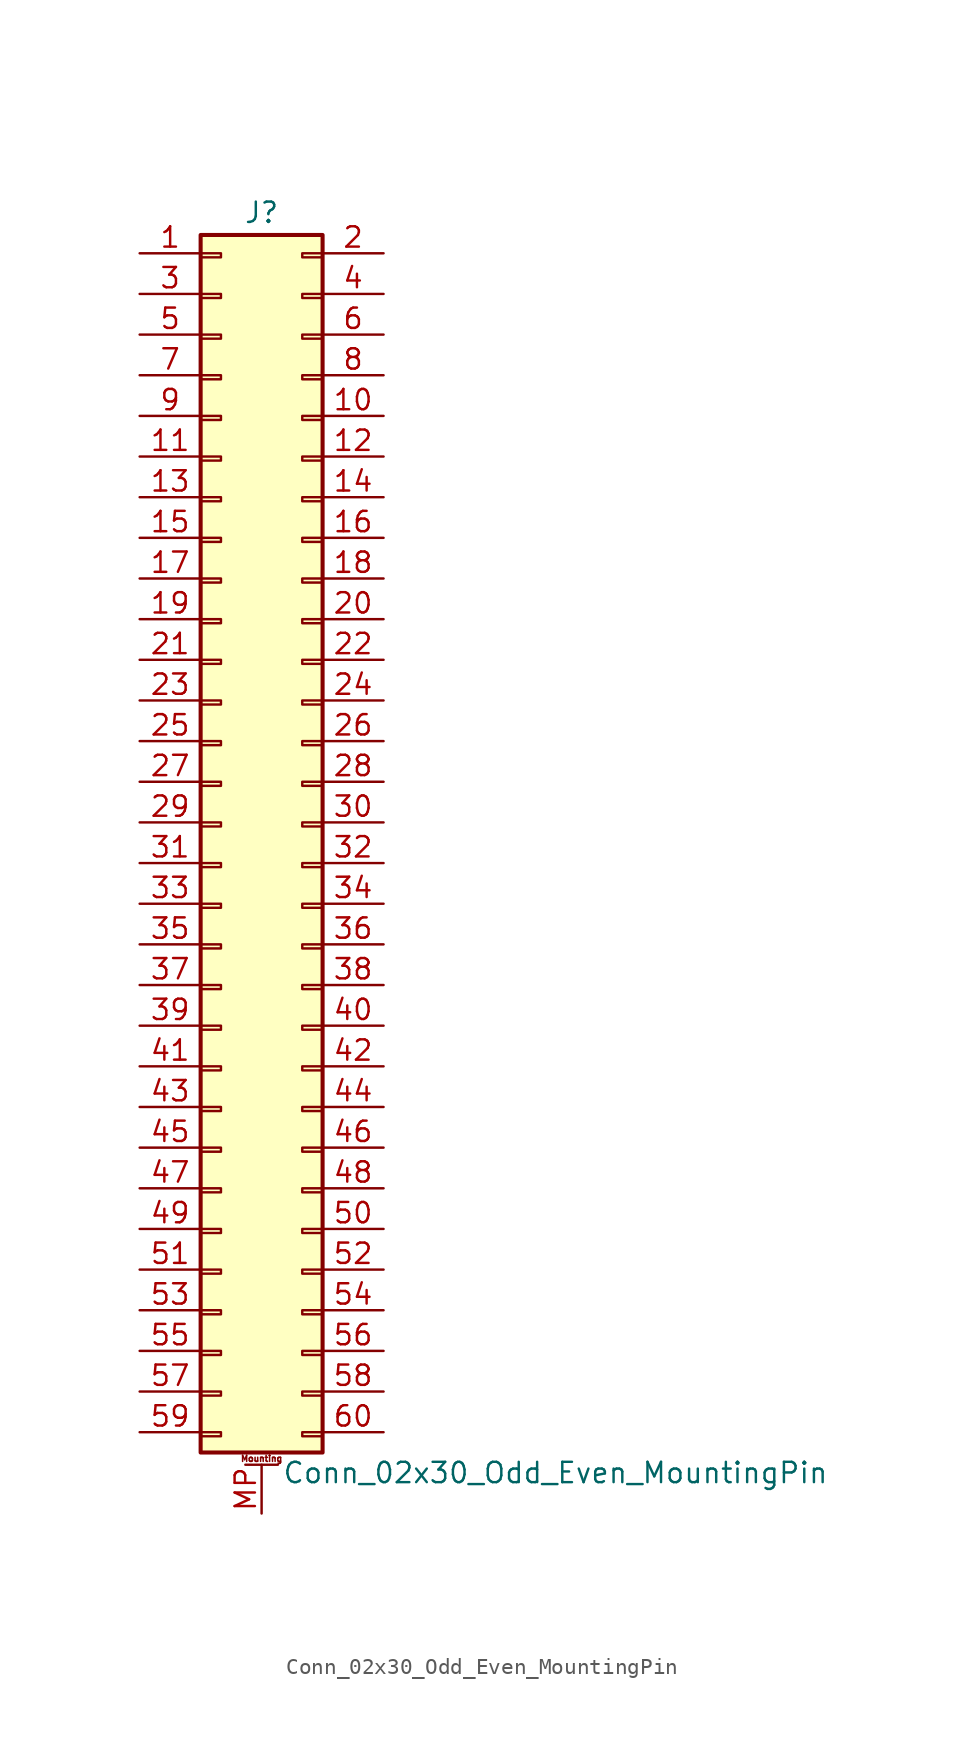
<source format=kicad_sym>
(kicad_symbol_lib
  (version 20220914)
  (generator kicad_symbol_editor)
  (symbol "Conn_02x30_Odd_Even_MountingPin"
    (pin_names
      (offset 1.016) hide)
    (property "Reference" "J"
      (at 0 38.1 0)
      (effects (font (size 1.27 1.27))))
    (property "Value" "Conn_02x30_Odd_Even_MountingPin"
      (at 1.27 -40.64 0)
      (effects (font (size 1.27 1.27)) (justify left)))
    (symbol "Conn_02x30_Odd_Even_MountingPin_1_1"
      (rectangle (start -3.81 -38.1) (end -2.54 -38.354) (stroke (width 0.152) (type default)) (fill (type none)))
      (rectangle (start -3.81 -35.56) (end -2.54 -35.814) (stroke (width 0.152) (type default)) (fill (type none)))
      (rectangle (start -3.81 -33.02) (end -2.54 -33.274) (stroke (width 0.152) (type default)) (fill (type none)))
      (rectangle (start -3.81 -30.48) (end -2.54 -30.734) (stroke (width 0.152) (type default)) (fill (type none)))
      (rectangle (start -3.81 -27.94) (end -2.54 -28.194) (stroke (width 0.152) (type default)) (fill (type none)))
      (rectangle (start -3.81 -25.4) (end -2.54 -25.654) (stroke (width 0.152) (type default)) (fill (type none)))
      (rectangle (start -3.81 -22.86) (end -2.54 -23.114) (stroke (width 0.152) (type default)) (fill (type none)))
      (rectangle (start -3.81 -20.32) (end -2.54 -20.574) (stroke (width 0.152) (type default)) (fill (type none)))
      (rectangle (start -3.81 -17.78) (end -2.54 -18.034) (stroke (width 0.152) (type default)) (fill (type none)))
      (rectangle (start -3.81 -15.24) (end -2.54 -15.494) (stroke (width 0.152) (type default)) (fill (type none)))
      (rectangle (start -3.81 -12.7) (end -2.54 -12.954) (stroke (width 0.152) (type default)) (fill (type none)))
      (rectangle (start -3.81 -10.16) (end -2.54 -10.414) (stroke (width 0.152) (type default)) (fill (type none)))
      (rectangle (start -3.81 -7.62) (end -2.54 -7.874) (stroke (width 0.152) (type default)) (fill (type none)))
      (rectangle (start -3.81 -5.08) (end -2.54 -5.334) (stroke (width 0.152) (type default)) (fill (type none)))
      (rectangle (start -3.81 -2.54) (end -2.54 -2.794) (stroke (width 0.152) (type default)) (fill (type none)))
      (rectangle (start -3.81 0) (end -2.54 -0.254) (stroke (width 0.152) (type default)) (fill (type none)))
      (rectangle (start -3.81 2.54) (end -2.54 2.286) (stroke (width 0.152) (type default)) (fill (type none)))
      (rectangle (start -3.81 5.08) (end -2.54 4.826) (stroke (width 0.152) (type default)) (fill (type none)))
      (rectangle (start -3.81 7.62) (end -2.54 7.366) (stroke (width 0.152) (type default)) (fill (type none)))
      (rectangle (start -3.81 10.16) (end -2.54 9.906) (stroke (width 0.152) (type default)) (fill (type none)))
      (rectangle (start -3.81 12.7) (end -2.54 12.446) (stroke (width 0.152) (type default)) (fill (type none)))
      (rectangle (start -3.81 15.24) (end -2.54 14.986) (stroke (width 0.152) (type default)) (fill (type none)))
      (rectangle (start -3.81 17.78) (end -2.54 17.526) (stroke (width 0.152) (type default)) (fill (type none)))
      (rectangle (start -3.81 20.32) (end -2.54 20.066) (stroke (width 0.152) (type default)) (fill (type none)))
      (rectangle (start -3.81 22.86) (end -2.54 22.606) (stroke (width 0.152) (type default)) (fill (type none)))
      (rectangle (start -3.81 25.4) (end -2.54 25.146) (stroke (width 0.152) (type default)) (fill (type none)))
      (rectangle (start -3.81 27.94) (end -2.54 27.686) (stroke (width 0.152) (type default)) (fill (type none)))
      (rectangle (start -3.81 30.48) (end -2.54 30.226) (stroke (width 0.152) (type default)) (fill (type none)))
      (rectangle (start -3.81 33.02) (end -2.54 32.766) (stroke (width 0.152) (type default)) (fill (type none)))
      (rectangle (start -3.81 35.56) (end -2.54 35.306) (stroke (width 0.152) (type default)) (fill (type none)))
      (rectangle (start -3.81 36.703) (end 3.81 -39.37) (stroke (width 0.254) (type default)) (fill (type background)))
      (polyline (pts (xy -1.016 -40.132) (xy 1.016 -40.132)) (stroke (width 0.152) (type default)) (fill (type none)))
      (rectangle (start 3.81 -38.1) (end 2.54 -38.354) (stroke (width 0.152) (type default)) (fill (type none)))
      (rectangle (start 3.81 -35.56) (end 2.54 -35.814) (stroke (width 0.152) (type default)) (fill (type none)))
      (rectangle (start 3.81 -33.02) (end 2.54 -33.274) (stroke (width 0.152) (type default)) (fill (type none)))
      (rectangle (start 3.81 -30.48) (end 2.54 -30.734) (stroke (width 0.152) (type default)) (fill (type none)))
      (rectangle (start 3.81 -27.94) (end 2.54 -28.194) (stroke (width 0.152) (type default)) (fill (type none)))
      (rectangle (start 3.81 -25.4) (end 2.54 -25.654) (stroke (width 0.152) (type default)) (fill (type none)))
      (rectangle (start 3.81 -22.86) (end 2.54 -23.114) (stroke (width 0.152) (type default)) (fill (type none)))
      (rectangle (start 3.81 -20.32) (end 2.54 -20.574) (stroke (width 0.152) (type default)) (fill (type none)))
      (rectangle (start 3.81 -17.78) (end 2.54 -18.034) (stroke (width 0.152) (type default)) (fill (type none)))
      (rectangle (start 3.81 -15.24) (end 2.54 -15.494) (stroke (width 0.152) (type default)) (fill (type none)))
      (rectangle (start 3.81 -12.7) (end 2.54 -12.954) (stroke (width 0.152) (type default)) (fill (type none)))
      (rectangle (start 3.81 -10.16) (end 2.54 -10.414) (stroke (width 0.152) (type default)) (fill (type none)))
      (rectangle (start 3.81 -7.62) (end 2.54 -7.874) (stroke (width 0.152) (type default)) (fill (type none)))
      (rectangle (start 3.81 -5.08) (end 2.54 -5.334) (stroke (width 0.152) (type default)) (fill (type none)))
      (rectangle (start 3.81 -2.54) (end 2.54 -2.794) (stroke (width 0.152) (type default)) (fill (type none)))
      (rectangle (start 3.81 0) (end 2.54 -0.254) (stroke (width 0.152) (type default)) (fill (type none)))
      (rectangle (start 3.81 2.54) (end 2.54 2.286) (stroke (width 0.152) (type default)) (fill (type none)))
      (rectangle (start 3.81 5.08) (end 2.54 4.826) (stroke (width 0.152) (type default)) (fill (type none)))
      (rectangle (start 3.81 7.62) (end 2.54 7.366) (stroke (width 0.152) (type default)) (fill (type none)))
      (rectangle (start 3.81 10.16) (end 2.54 9.906) (stroke (width 0.152) (type default)) (fill (type none)))
      (rectangle (start 3.81 12.7) (end 2.54 12.446) (stroke (width 0.152) (type default)) (fill (type none)))
      (rectangle (start 3.81 15.24) (end 2.54 14.986) (stroke (width 0.152) (type default)) (fill (type none)))
      (rectangle (start 3.81 17.78) (end 2.54 17.526) (stroke (width 0.152) (type default)) (fill (type none)))
      (rectangle (start 3.81 20.32) (end 2.54 20.066) (stroke (width 0.152) (type default)) (fill (type none)))
      (rectangle (start 3.81 22.86) (end 2.54 22.606) (stroke (width 0.152) (type default)) (fill (type none)))
      (rectangle (start 3.81 25.4) (end 2.54 25.146) (stroke (width 0.152) (type default)) (fill (type none)))
      (rectangle (start 3.81 27.94) (end 2.54 27.686) (stroke (width 0.152) (type default)) (fill (type none)))
      (rectangle (start 3.81 30.48) (end 2.54 30.226) (stroke (width 0.152) (type default)) (fill (type none)))
      (rectangle (start 3.81 33.02) (end 2.54 32.766) (stroke (width 0.152) (type default)) (fill (type none)))
      (rectangle (start 3.81 35.56) (end 2.54 35.306) (stroke (width 0.152) (type default)) (fill (type none)))
      (text "Mounting" (at 0 -39.751 0) (effects (font (size 0.381 0.381))))
      (pin passive line (at -7.62 35.56 0) (length 3.81) (name "Pin_1" (effects (font (size 1.27 1.27)))) (number "1" (effects (font (size 1.27 1.27)))))
      (pin passive line (at 7.62 25.4 180) (length 3.81) (name "Pin_10" (effects (font (size 1.27 1.27)))) (number "10" (effects (font (size 1.27 1.27)))))
      (pin passive line (at -7.62 22.86 0) (length 3.81) (name "Pin_11" (effects (font (size 1.27 1.27)))) (number "11" (effects (font (size 1.27 1.27)))))
      (pin passive line (at 7.62 22.86 180) (length 3.81) (name "Pin_12" (effects (font (size 1.27 1.27)))) (number "12" (effects (font (size 1.27 1.27)))))
      (pin passive line (at -7.62 20.32 0) (length 3.81) (name "Pin_13" (effects (font (size 1.27 1.27)))) (number "13" (effects (font (size 1.27 1.27)))))
      (pin passive line (at 7.62 20.32 180) (length 3.81) (name "Pin_14" (effects (font (size 1.27 1.27)))) (number "14" (effects (font (size 1.27 1.27)))))
      (pin passive line (at -7.62 17.78 0) (length 3.81) (name "Pin_15" (effects (font (size 1.27 1.27)))) (number "15" (effects (font (size 1.27 1.27)))))
      (pin passive line (at 7.62 17.78 180) (length 3.81) (name "Pin_16" (effects (font (size 1.27 1.27)))) (number "16" (effects (font (size 1.27 1.27)))))
      (pin passive line (at -7.62 15.24 0) (length 3.81) (name "Pin_17" (effects (font (size 1.27 1.27)))) (number "17" (effects (font (size 1.27 1.27)))))
      (pin passive line (at 7.62 15.24 180) (length 3.81) (name "Pin_18" (effects (font (size 1.27 1.27)))) (number "18" (effects (font (size 1.27 1.27)))))
      (pin passive line (at -7.62 12.7 0) (length 3.81) (name "Pin_19" (effects (font (size 1.27 1.27)))) (number "19" (effects (font (size 1.27 1.27)))))
      (pin passive line (at 7.62 35.56 180) (length 3.81) (name "Pin_2" (effects (font (size 1.27 1.27)))) (number "2" (effects (font (size 1.27 1.27)))))
      (pin passive line (at 7.62 12.7 180) (length 3.81) (name "Pin_20" (effects (font (size 1.27 1.27)))) (number "20" (effects (font (size 1.27 1.27)))))
      (pin passive line (at -7.62 10.16 0) (length 3.81) (name "Pin_21" (effects (font (size 1.27 1.27)))) (number "21" (effects (font (size 1.27 1.27)))))
      (pin passive line (at 7.62 10.16 180) (length 3.81) (name "Pin_22" (effects (font (size 1.27 1.27)))) (number "22" (effects (font (size 1.27 1.27)))))
      (pin passive line (at -7.62 7.62 0) (length 3.81) (name "Pin_23" (effects (font (size 1.27 1.27)))) (number "23" (effects (font (size 1.27 1.27)))))
      (pin passive line (at 7.62 7.62 180) (length 3.81) (name "Pin_24" (effects (font (size 1.27 1.27)))) (number "24" (effects (font (size 1.27 1.27)))))
      (pin passive line (at -7.62 5.08 0) (length 3.81) (name "Pin_25" (effects (font (size 1.27 1.27)))) (number "25" (effects (font (size 1.27 1.27)))))
      (pin passive line (at 7.62 5.08 180) (length 3.81) (name "Pin_26" (effects (font (size 1.27 1.27)))) (number "26" (effects (font (size 1.27 1.27)))))
      (pin passive line (at -7.62 2.54 0) (length 3.81) (name "Pin_27" (effects (font (size 1.27 1.27)))) (number "27" (effects (font (size 1.27 1.27)))))
      (pin passive line (at 7.62 2.54 180) (length 3.81) (name "Pin_28" (effects (font (size 1.27 1.27)))) (number "28" (effects (font (size 1.27 1.27)))))
      (pin passive line (at -7.62 0 0) (length 3.81) (name "Pin_29" (effects (font (size 1.27 1.27)))) (number "29" (effects (font (size 1.27 1.27)))))
      (pin passive line (at -7.62 33.02 0) (length 3.81) (name "Pin_3" (effects (font (size 1.27 1.27)))) (number "3" (effects (font (size 1.27 1.27)))))
      (pin passive line (at 7.62 0 180) (length 3.81) (name "Pin_30" (effects (font (size 1.27 1.27)))) (number "30" (effects (font (size 1.27 1.27)))))
      (pin passive line (at -7.62 -2.54 0) (length 3.81) (name "Pin_31" (effects (font (size 1.27 1.27)))) (number "31" (effects (font (size 1.27 1.27)))))
      (pin passive line (at 7.62 -2.54 180) (length 3.81) (name "Pin_32" (effects (font (size 1.27 1.27)))) (number "32" (effects (font (size 1.27 1.27)))))
      (pin passive line (at -7.62 -5.08 0) (length 3.81) (name "Pin_33" (effects (font (size 1.27 1.27)))) (number "33" (effects (font (size 1.27 1.27)))))
      (pin passive line (at 7.62 -5.08 180) (length 3.81) (name "Pin_34" (effects (font (size 1.27 1.27)))) (number "34" (effects (font (size 1.27 1.27)))))
      (pin passive line (at -7.62 -7.62 0) (length 3.81) (name "Pin_35" (effects (font (size 1.27 1.27)))) (number "35" (effects (font (size 1.27 1.27)))))
      (pin passive line (at 7.62 -7.62 180) (length 3.81) (name "Pin_36" (effects (font (size 1.27 1.27)))) (number "36" (effects (font (size 1.27 1.27)))))
      (pin passive line (at -7.62 -10.16 0) (length 3.81) (name "Pin_37" (effects (font (size 1.27 1.27)))) (number "37" (effects (font (size 1.27 1.27)))))
      (pin passive line (at 7.62 -10.16 180) (length 3.81) (name "Pin_38" (effects (font (size 1.27 1.27)))) (number "38" (effects (font (size 1.27 1.27)))))
      (pin passive line (at -7.62 -12.7 0) (length 3.81) (name "Pin_39" (effects (font (size 1.27 1.27)))) (number "39" (effects (font (size 1.27 1.27)))))
      (pin passive line (at 7.62 33.02 180) (length 3.81) (name "Pin_4" (effects (font (size 1.27 1.27)))) (number "4" (effects (font (size 1.27 1.27)))))
      (pin passive line (at 7.62 -12.7 180) (length 3.81) (name "Pin_40" (effects (font (size 1.27 1.27)))) (number "40" (effects (font (size 1.27 1.27)))))
      (pin passive line (at -7.62 -15.24 0) (length 3.81) (name "Pin_41" (effects (font (size 1.27 1.27)))) (number "41" (effects (font (size 1.27 1.27)))))
      (pin passive line (at 7.62 -15.24 180) (length 3.81) (name "Pin_42" (effects (font (size 1.27 1.27)))) (number "42" (effects (font (size 1.27 1.27)))))
      (pin passive line (at -7.62 -17.78 0) (length 3.81) (name "Pin_43" (effects (font (size 1.27 1.27)))) (number "43" (effects (font (size 1.27 1.27)))))
      (pin passive line (at 7.62 -17.78 180) (length 3.81) (name "Pin_44" (effects (font (size 1.27 1.27)))) (number "44" (effects (font (size 1.27 1.27)))))
      (pin passive line (at -7.62 -20.32 0) (length 3.81) (name "Pin_45" (effects (font (size 1.27 1.27)))) (number "45" (effects (font (size 1.27 1.27)))))
      (pin passive line (at 7.62 -20.32 180) (length 3.81) (name "Pin_46" (effects (font (size 1.27 1.27)))) (number "46" (effects (font (size 1.27 1.27)))))
      (pin passive line (at -7.62 -22.86 0) (length 3.81) (name "Pin_47" (effects (font (size 1.27 1.27)))) (number "47" (effects (font (size 1.27 1.27)))))
      (pin passive line (at 7.62 -22.86 180) (length 3.81) (name "Pin_48" (effects (font (size 1.27 1.27)))) (number "48" (effects (font (size 1.27 1.27)))))
      (pin passive line (at -7.62 -25.4 0) (length 3.81) (name "Pin_49" (effects (font (size 1.27 1.27)))) (number "49" (effects (font (size 1.27 1.27)))))
      (pin passive line (at -7.62 30.48 0) (length 3.81) (name "Pin_5" (effects (font (size 1.27 1.27)))) (number "5" (effects (font (size 1.27 1.27)))))
      (pin passive line (at 7.62 -25.4 180) (length 3.81) (name "Pin_50" (effects (font (size 1.27 1.27)))) (number "50" (effects (font (size 1.27 1.27)))))
      (pin passive line (at -7.62 -27.94 0) (length 3.81) (name "Pin_51" (effects (font (size 1.27 1.27)))) (number "51" (effects (font (size 1.27 1.27)))))
      (pin passive line (at 7.62 -27.94 180) (length 3.81) (name "Pin_52" (effects (font (size 1.27 1.27)))) (number "52" (effects (font (size 1.27 1.27)))))
      (pin passive line (at -7.62 -30.48 0) (length 3.81) (name "Pin_53" (effects (font (size 1.27 1.27)))) (number "53" (effects (font (size 1.27 1.27)))))
      (pin passive line (at 7.62 -30.48 180) (length 3.81) (name "Pin_54" (effects (font (size 1.27 1.27)))) (number "54" (effects (font (size 1.27 1.27)))))
      (pin passive line (at -7.62 -33.02 0) (length 3.81) (name "Pin_55" (effects (font (size 1.27 1.27)))) (number "55" (effects (font (size 1.27 1.27)))))
      (pin passive line (at 7.62 -33.02 180) (length 3.81) (name "Pin_56" (effects (font (size 1.27 1.27)))) (number "56" (effects (font (size 1.27 1.27)))))
      (pin passive line (at -7.62 -35.56 0) (length 3.81) (name "Pin_57" (effects (font (size 1.27 1.27)))) (number "57" (effects (font (size 1.27 1.27)))))
      (pin passive line (at 7.62 -35.56 180) (length 3.81) (name "Pin_58" (effects (font (size 1.27 1.27)))) (number "58" (effects (font (size 1.27 1.27)))))
      (pin passive line (at -7.62 -38.1 0) (length 3.81) (name "Pin_59" (effects (font (size 1.27 1.27)))) (number "59" (effects (font (size 1.27 1.27)))))
      (pin passive line (at 7.62 30.48 180) (length 3.81) (name "Pin_6" (effects (font (size 1.27 1.27)))) (number "6" (effects (font (size 1.27 1.27)))))
      (pin passive line (at 7.62 -38.1 180) (length 3.81) (name "Pin_60" (effects (font (size 1.27 1.27)))) (number "60" (effects (font (size 1.27 1.27)))))
      (pin passive line (at -7.62 27.94 0) (length 3.81) (name "Pin_7" (effects (font (size 1.27 1.27)))) (number "7" (effects (font (size 1.27 1.27)))))
      (pin passive line (at 7.62 27.94 180) (length 3.81) (name "Pin_8" (effects (font (size 1.27 1.27)))) (number "8" (effects (font (size 1.27 1.27)))))
      (pin passive line (at -7.62 25.4 0) (length 3.81) (name "Pin_9" (effects (font (size 1.27 1.27)))) (number "9" (effects (font (size 1.27 1.27)))))
      (pin passive line (at 0 -43.18 90) (length 3.048) (name "MountPin" (effects (font (size 1.27 1.27)))) (number "MP" (effects (font (size 1.27 1.27))))))))
</source>
